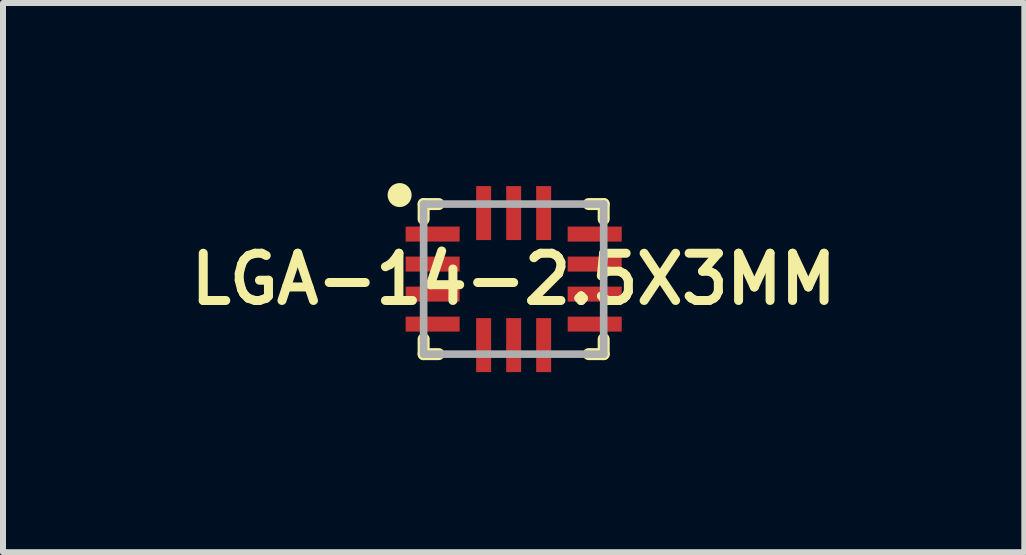
<source format=kicad_pcb>
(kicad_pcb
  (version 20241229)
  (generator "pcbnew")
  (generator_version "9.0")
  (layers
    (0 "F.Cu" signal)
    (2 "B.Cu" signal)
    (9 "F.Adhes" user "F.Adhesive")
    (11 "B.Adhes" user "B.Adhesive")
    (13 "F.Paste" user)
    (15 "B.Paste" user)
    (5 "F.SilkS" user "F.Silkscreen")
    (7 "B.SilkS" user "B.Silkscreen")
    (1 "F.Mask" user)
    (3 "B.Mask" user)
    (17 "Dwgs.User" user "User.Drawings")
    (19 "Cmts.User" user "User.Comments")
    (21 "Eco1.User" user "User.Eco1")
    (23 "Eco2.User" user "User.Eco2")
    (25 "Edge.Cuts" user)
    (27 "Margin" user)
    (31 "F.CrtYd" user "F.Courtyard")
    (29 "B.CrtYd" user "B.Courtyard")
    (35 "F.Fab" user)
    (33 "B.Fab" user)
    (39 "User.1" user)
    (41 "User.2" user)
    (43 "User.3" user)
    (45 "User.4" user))
  (footprint "LGA-14-2.5X3MM"
    (layer "F.Cu")
    (at 5.508 1.6)
    (property "Reference" "LGA-14-2.5X3MM" (at 0 0 0) (layer "F.SilkS") (effects (font (size 0.787 0.787) (thickness 0.15))))
    (attr smd)
    (fp_line (start -1.5 -1.25) (end -1.25 -1.25) (stroke (width 0.2) (type solid)) (layer "F.SilkS"))
    (fp_line (start -1.5 -1) (end -1.5 -1.25) (stroke (width 0.2) (type solid)) (layer "F.SilkS"))
    (fp_line (start -1.5 1.25) (end -1.5 1) (stroke (width 0.2) (type solid)) (layer "F.SilkS"))
    (fp_line (start -1.25 1.25) (end -1.5 1.25) (stroke (width 0.2) (type solid)) (layer "F.SilkS"))
    (fp_line (start 1.25 -1.25) (end 1.5 -1.25) (stroke (width 0.2) (type solid)) (layer "F.SilkS"))
    (fp_line (start 1.5 -1.25) (end 1.5 -1) (stroke (width 0.2) (type solid)) (layer "F.SilkS"))
    (fp_line (start 1.5 1) (end 1.5 1.25) (stroke (width 0.2) (type solid)) (layer "F.SilkS"))
    (fp_line (start 1.5 1.25) (end 1.25 1.25) (stroke (width 0.2) (type solid)) (layer "F.SilkS"))
    (fp_circle (center -1.9 -1.4) (end -1.7 -1.4) (stroke (width 0) (type solid)) (fill yes) (layer "F.SilkS"))
    (fp_line (start -1.5 -1.25) (end 1.5 -1.25) (stroke (width 0.127) (type solid)) (layer "F.Fab"))
    (fp_line (start -1.5 1.25) (end -1.5 -1.25) (stroke (width 0.127) (type solid)) (layer "F.Fab"))
    (fp_line (start 1.5 -1.25) (end 1.5 1.25) (stroke (width 0.127) (type solid)) (layer "F.Fab"))
    (fp_line (start 1.5 1.25) (end -1.5 1.25) (stroke (width 0.127) (type solid)) (layer "F.Fab"))
    (pad "1" smd rect (at -1.35 -0.75) (size 0.9 0.25) (layers "F.Cu" "F.Mask" "F.Paste"))
    (pad "2" smd rect (at -1.35 -0.25) (size 0.9 0.25) (layers "F.Cu" "F.Mask" "F.Paste"))
    (pad "3" smd rect (at -1.35 0.25) (size 0.9 0.25) (layers "F.Cu" "F.Mask" "F.Paste"))
    (pad "4" smd rect (at -1.35 0.75) (size 0.9 0.25) (layers "F.Cu" "F.Mask" "F.Paste"))
    (pad "5" smd rect (at -0.5 1.1) (size 0.25 0.9) (layers "F.Cu" "F.Mask" "F.Paste"))
    (pad "6" smd rect (at 0 1.1) (size 0.25 0.9) (layers "F.Cu" "F.Mask" "F.Paste"))
    (pad "7" smd rect (at 0.5 1.1) (size 0.25 0.9) (layers "F.Cu" "F.Mask" "F.Paste"))
    (pad "8" smd rect (at 1.35 0.75) (size 0.9 0.25) (layers "F.Cu" "F.Mask" "F.Paste"))
    (pad "9" smd rect (at 1.35 0.25) (size 0.9 0.25) (layers "F.Cu" "F.Mask" "F.Paste"))
    (pad "10" smd rect (at 1.35 -0.25) (size 0.9 0.25) (layers "F.Cu" "F.Mask" "F.Paste"))
    (pad "11" smd rect (at 1.35 -0.75) (size 0.9 0.25) (layers "F.Cu" "F.Mask" "F.Paste"))
    (pad "12" smd rect (at 0.5 -1.1) (size 0.25 0.9) (layers "F.Cu" "F.Mask" "F.Paste"))
    (pad "13" smd rect (at 0 -1.1) (size 0.25 0.9) (layers "F.Cu" "F.Mask" "F.Paste"))
    (pad "14" smd rect (at -0.5 -1.1) (size 0.25 0.9) (layers "F.Cu" "F.Mask" "F.Paste")))
  (gr_rect
    (start -3 -3)
    (end 14.016 6.15)
    (stroke (width 0.1) (type default))
    (fill no)
    (layer "Edge.Cuts")))
</source>
